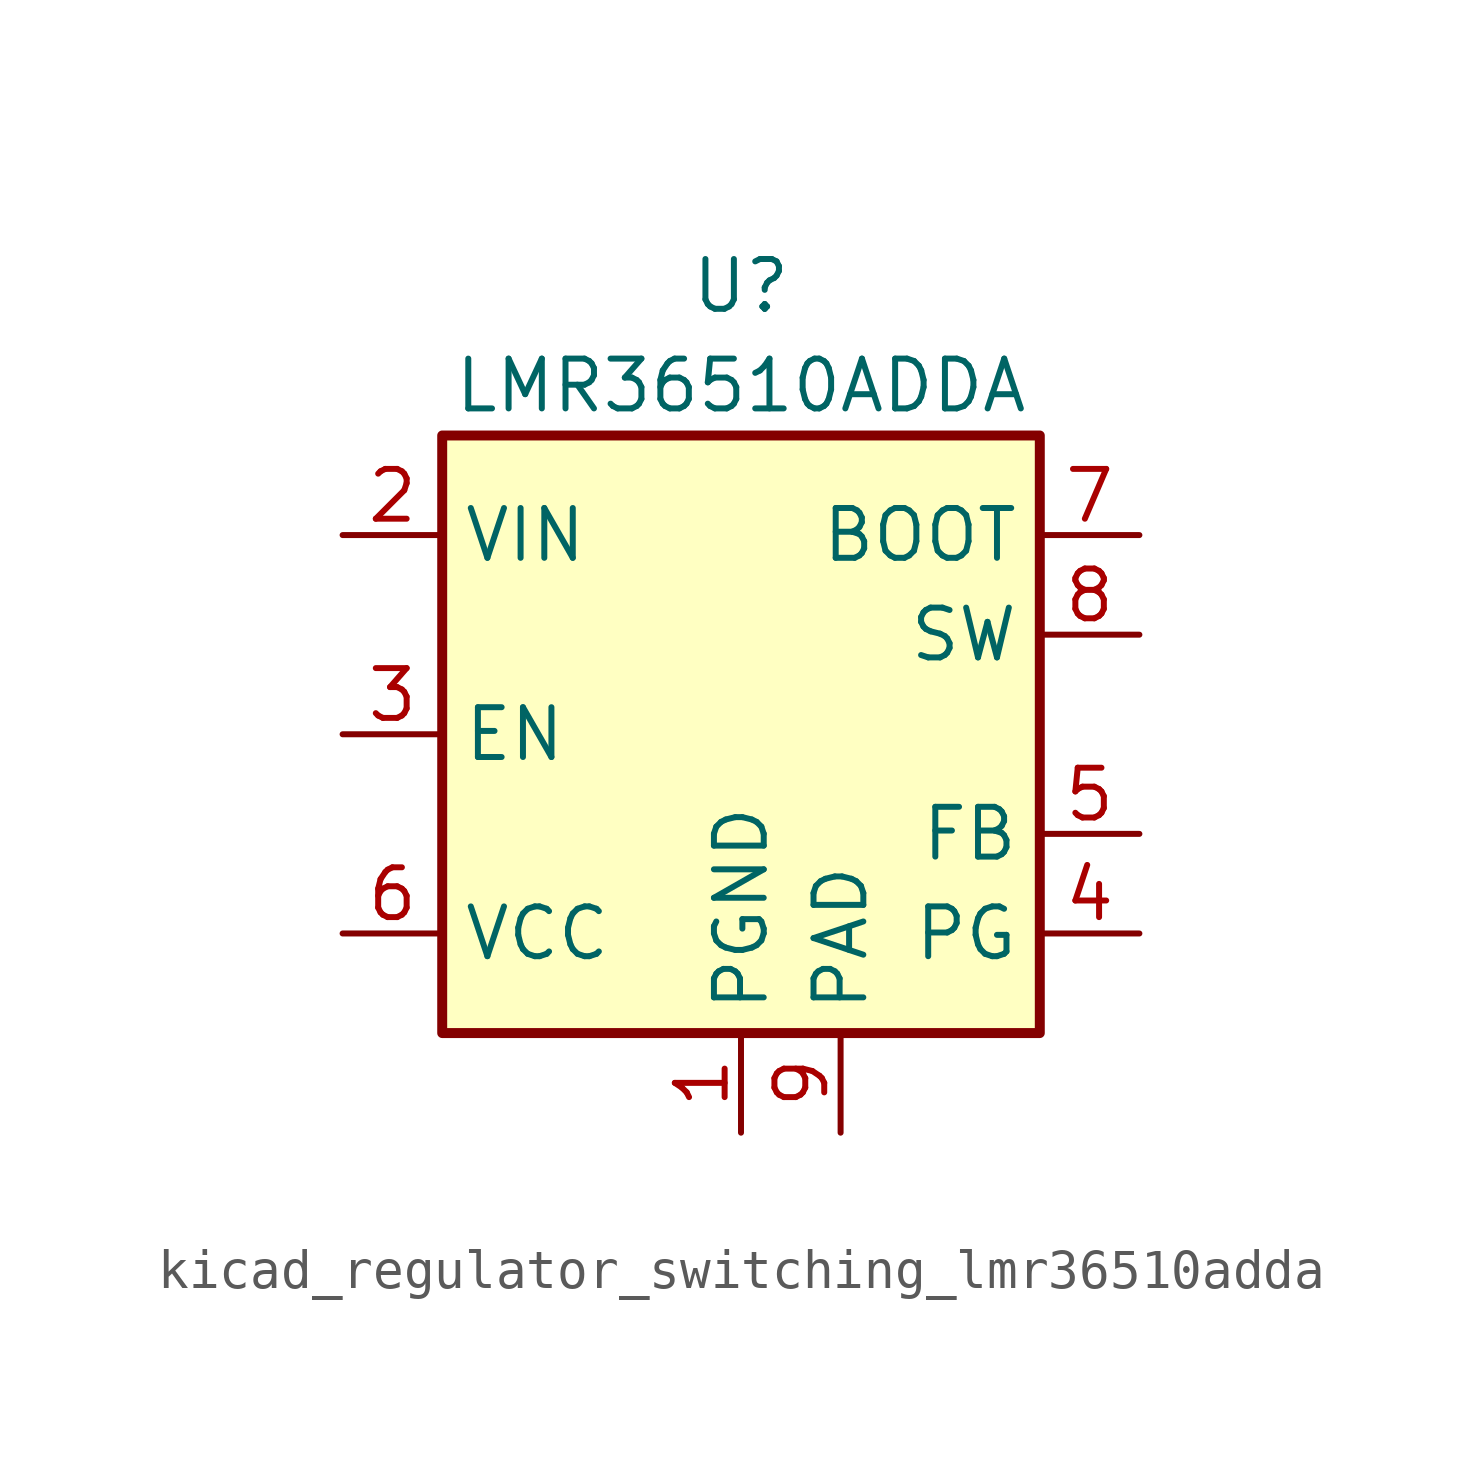
<source format=kicad_sym>
(kicad_symbol_lib
  (version 20220914)
  (generator kicad_symbol_editor)
  (symbol "kicad_regulator_switching_lmr36510adda"
    (property "Reference" "U"
      (at 0 11.43 0)
      (effects (font (size 1.27 1.27))))
    (property "Value" "LMR36510ADDA"
      (at 0 8.89 0)
      (effects (font (size 1.27 1.27))))
    (symbol "kicad_regulator_switching_lmr36510adda_0_1"
      (rectangle (start -7.62 7.62) (end 7.62 -7.62) (stroke (width 0.254) (type default)) (fill (type background))))
    (symbol "kicad_regulator_switching_lmr36510adda_1_1"
      (pin power_in line (at 0 -10.16 90) (length 2.54) (name "PGND" (effects (font (size 1.27 1.27)))) (number "1" (effects (font (size 1.27 1.27)))))
      (pin power_in line (at -10.16 5.08 0) (length 2.54) (name "VIN" (effects (font (size 1.27 1.27)))) (number "2" (effects (font (size 1.27 1.27)))))
      (pin input line (at -10.16 0 0) (length 2.54) (name "EN" (effects (font (size 1.27 1.27)))) (number "3" (effects (font (size 1.27 1.27)))))
      (pin open_collector line (at 10.16 -5.08 180) (length 2.54) (name "PG" (effects (font (size 1.27 1.27)))) (number "4" (effects (font (size 1.27 1.27)))))
      (pin input line (at 10.16 -2.54 180) (length 2.54) (name "FB" (effects (font (size 1.27 1.27)))) (number "5" (effects (font (size 1.27 1.27)))))
      (pin power_out line (at -10.16 -5.08 0) (length 2.54) (name "VCC" (effects (font (size 1.27 1.27)))) (number "6" (effects (font (size 1.27 1.27)))))
      (pin input line (at 10.16 5.08 180) (length 2.54) (name "BOOT" (effects (font (size 1.27 1.27)))) (number "7" (effects (font (size 1.27 1.27)))))
      (pin output line (at 10.16 2.54 180) (length 2.54) (name "SW" (effects (font (size 1.27 1.27)))) (number "8" (effects (font (size 1.27 1.27)))))
      (pin power_in line (at 2.54 -10.16 90) (length 2.54) (name "PAD" (effects (font (size 1.27 1.27)))) (number "9" (effects (font (size 1.27 1.27))))))))
</source>
